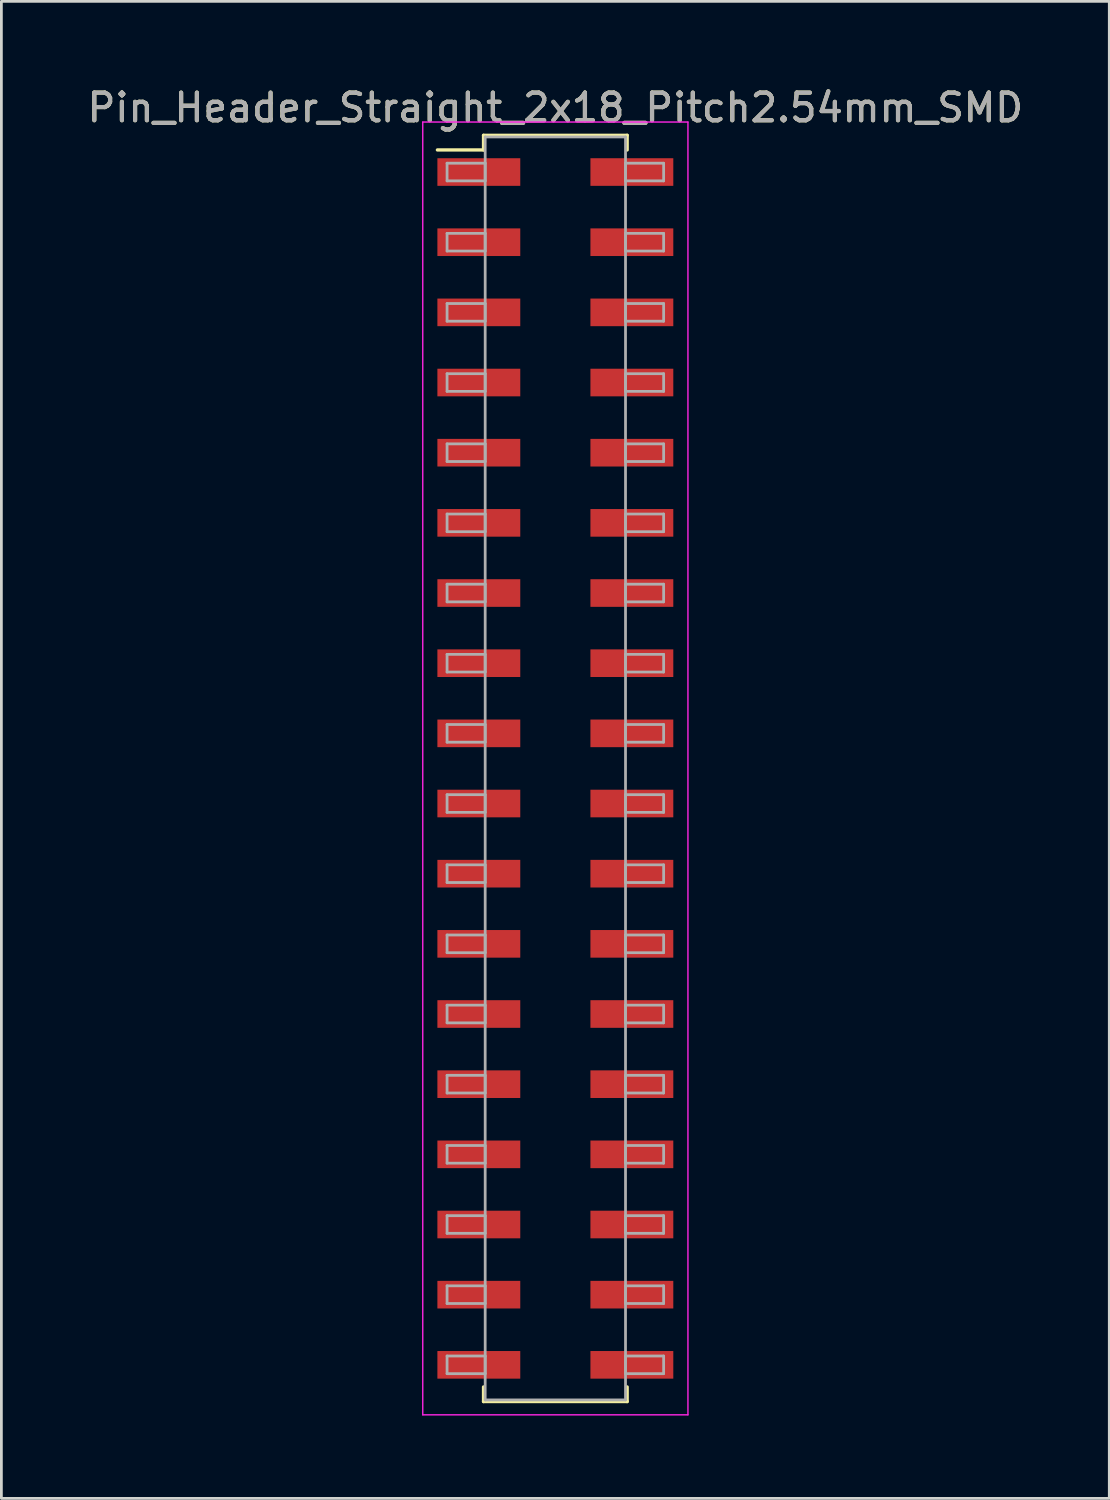
<source format=kicad_pcb>
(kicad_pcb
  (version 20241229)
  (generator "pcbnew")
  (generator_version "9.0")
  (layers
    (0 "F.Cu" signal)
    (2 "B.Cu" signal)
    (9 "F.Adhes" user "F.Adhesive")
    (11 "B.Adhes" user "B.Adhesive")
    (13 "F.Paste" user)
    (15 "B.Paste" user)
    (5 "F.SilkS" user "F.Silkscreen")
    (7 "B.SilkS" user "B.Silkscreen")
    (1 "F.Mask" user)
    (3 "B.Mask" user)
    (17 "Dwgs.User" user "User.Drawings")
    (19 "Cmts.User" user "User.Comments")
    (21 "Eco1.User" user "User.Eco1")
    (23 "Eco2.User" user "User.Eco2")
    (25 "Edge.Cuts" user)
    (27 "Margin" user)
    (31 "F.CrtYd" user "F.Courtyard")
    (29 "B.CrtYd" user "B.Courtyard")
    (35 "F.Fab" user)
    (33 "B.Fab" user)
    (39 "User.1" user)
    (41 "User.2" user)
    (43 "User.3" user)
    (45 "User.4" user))
  (footprint "Pin_Header_Straight_2x18_Pitch2.54mm_SMD"
    (layer "F.Cu")
    (at 17.054 24.768)
    (property "Reference" "Pin_Header_Straight_2x18_Pitch2.54mm_SMD" (at 0 -23.92 0) (layer "F.SilkS") (effects (font (size 1 1) (thickness 0.15))))
    (attr smd)
    (fp_line (start -4.27 -22.39) (end -2.6 -22.39) (stroke (width 0.12) (type solid)) (layer "F.SilkS"))
    (fp_line (start -2.6 -22.92) (end 2.6 -22.92) (stroke (width 0.12) (type solid)) (layer "F.SilkS"))
    (fp_line (start -2.6 -22.39) (end -2.6 -22.92) (stroke (width 0.12) (type solid)) (layer "F.SilkS"))
    (fp_line (start -2.6 22.39) (end -2.6 22.92) (stroke (width 0.12) (type solid)) (layer "F.SilkS"))
    (fp_line (start -2.6 22.92) (end 2.6 22.92) (stroke (width 0.12) (type solid)) (layer "F.SilkS"))
    (fp_line (start 2.6 -22.92) (end 2.6 -22.39) (stroke (width 0.12) (type solid)) (layer "F.SilkS"))
    (fp_line (start 2.6 22.92) (end 2.6 22.39) (stroke (width 0.12) (type solid)) (layer "F.SilkS"))
    (fp_line (start -4.8 -23.4) (end -4.8 23.4) (stroke (width 0.05) (type solid)) (layer "F.CrtYd"))
    (fp_line (start -4.8 23.4) (end 4.8 23.4) (stroke (width 0.05) (type solid)) (layer "F.CrtYd"))
    (fp_line (start 4.8 -23.4) (end -4.8 -23.4) (stroke (width 0.05) (type solid)) (layer "F.CrtYd"))
    (fp_line (start 4.8 23.4) (end 4.8 -23.4) (stroke (width 0.05) (type solid)) (layer "F.CrtYd"))
    (fp_line (start -3.92 -21.91) (end -2.54 -21.91) (stroke (width 0.1) (type solid)) (layer "F.Fab"))
    (fp_line (start -3.92 -21.27) (end -3.92 -21.91) (stroke (width 0.1) (type solid)) (layer "F.Fab"))
    (fp_line (start -3.92 -19.37) (end -2.54 -19.37) (stroke (width 0.1) (type solid)) (layer "F.Fab"))
    (fp_line (start -3.92 -18.73) (end -3.92 -19.37) (stroke (width 0.1) (type solid)) (layer "F.Fab"))
    (fp_line (start -3.92 -16.83) (end -2.54 -16.83) (stroke (width 0.1) (type solid)) (layer "F.Fab"))
    (fp_line (start -3.92 -16.19) (end -3.92 -16.83) (stroke (width 0.1) (type solid)) (layer "F.Fab"))
    (fp_line (start -3.92 -14.29) (end -2.54 -14.29) (stroke (width 0.1) (type solid)) (layer "F.Fab"))
    (fp_line (start -3.92 -13.65) (end -3.92 -14.29) (stroke (width 0.1) (type solid)) (layer "F.Fab"))
    (fp_line (start -3.92 -11.75) (end -2.54 -11.75) (stroke (width 0.1) (type solid)) (layer "F.Fab"))
    (fp_line (start -3.92 -11.11) (end -3.92 -11.75) (stroke (width 0.1) (type solid)) (layer "F.Fab"))
    (fp_line (start -3.92 -9.21) (end -2.54 -9.21) (stroke (width 0.1) (type solid)) (layer "F.Fab"))
    (fp_line (start -3.92 -8.57) (end -3.92 -9.21) (stroke (width 0.1) (type solid)) (layer "F.Fab"))
    (fp_line (start -3.92 -6.67) (end -2.54 -6.67) (stroke (width 0.1) (type solid)) (layer "F.Fab"))
    (fp_line (start -3.92 -6.03) (end -3.92 -6.67) (stroke (width 0.1) (type solid)) (layer "F.Fab"))
    (fp_line (start -3.92 -4.13) (end -2.54 -4.13) (stroke (width 0.1) (type solid)) (layer "F.Fab"))
    (fp_line (start -3.92 -3.49) (end -3.92 -4.13) (stroke (width 0.1) (type solid)) (layer "F.Fab"))
    (fp_line (start -3.92 -1.59) (end -2.54 -1.59) (stroke (width 0.1) (type solid)) (layer "F.Fab"))
    (fp_line (start -3.92 -0.95) (end -3.92 -1.59) (stroke (width 0.1) (type solid)) (layer "F.Fab"))
    (fp_line (start -3.92 0.95) (end -2.54 0.95) (stroke (width 0.1) (type solid)) (layer "F.Fab"))
    (fp_line (start -3.92 1.59) (end -3.92 0.95) (stroke (width 0.1) (type solid)) (layer "F.Fab"))
    (fp_line (start -3.92 3.49) (end -2.54 3.49) (stroke (width 0.1) (type solid)) (layer "F.Fab"))
    (fp_line (start -3.92 4.13) (end -3.92 3.49) (stroke (width 0.1) (type solid)) (layer "F.Fab"))
    (fp_line (start -3.92 6.03) (end -2.54 6.03) (stroke (width 0.1) (type solid)) (layer "F.Fab"))
    (fp_line (start -3.92 6.67) (end -3.92 6.03) (stroke (width 0.1) (type solid)) (layer "F.Fab"))
    (fp_line (start -3.92 8.57) (end -2.54 8.57) (stroke (width 0.1) (type solid)) (layer "F.Fab"))
    (fp_line (start -3.92 9.21) (end -3.92 8.57) (stroke (width 0.1) (type solid)) (layer "F.Fab"))
    (fp_line (start -3.92 11.11) (end -2.54 11.11) (stroke (width 0.1) (type solid)) (layer "F.Fab"))
    (fp_line (start -3.92 11.75) (end -3.92 11.11) (stroke (width 0.1) (type solid)) (layer "F.Fab"))
    (fp_line (start -3.92 13.65) (end -2.54 13.65) (stroke (width 0.1) (type solid)) (layer "F.Fab"))
    (fp_line (start -3.92 14.29) (end -3.92 13.65) (stroke (width 0.1) (type solid)) (layer "F.Fab"))
    (fp_line (start -3.92 16.19) (end -2.54 16.19) (stroke (width 0.1) (type solid)) (layer "F.Fab"))
    (fp_line (start -3.92 16.83) (end -3.92 16.19) (stroke (width 0.1) (type solid)) (layer "F.Fab"))
    (fp_line (start -3.92 18.73) (end -2.54 18.73) (stroke (width 0.1) (type solid)) (layer "F.Fab"))
    (fp_line (start -3.92 19.37) (end -3.92 18.73) (stroke (width 0.1) (type solid)) (layer "F.Fab"))
    (fp_line (start -3.92 21.27) (end -2.54 21.27) (stroke (width 0.1) (type solid)) (layer "F.Fab"))
    (fp_line (start -3.92 21.91) (end -3.92 21.27) (stroke (width 0.1) (type solid)) (layer "F.Fab"))
    (fp_line (start -2.54 -22.86) (end -2.54 22.86) (stroke (width 0.1) (type solid)) (layer "F.Fab"))
    (fp_line (start -2.54 -21.91) (end -2.54 -21.27) (stroke (width 0.1) (type solid)) (layer "F.Fab"))
    (fp_line (start -2.54 -21.27) (end -3.92 -21.27) (stroke (width 0.1) (type solid)) (layer "F.Fab"))
    (fp_line (start -2.54 -19.37) (end -2.54 -18.73) (stroke (width 0.1) (type solid)) (layer "F.Fab"))
    (fp_line (start -2.54 -18.73) (end -3.92 -18.73) (stroke (width 0.1) (type solid)) (layer "F.Fab"))
    (fp_line (start -2.54 -16.83) (end -2.54 -16.19) (stroke (width 0.1) (type solid)) (layer "F.Fab"))
    (fp_line (start -2.54 -16.19) (end -3.92 -16.19) (stroke (width 0.1) (type solid)) (layer "F.Fab"))
    (fp_line (start -2.54 -14.29) (end -2.54 -13.65) (stroke (width 0.1) (type solid)) (layer "F.Fab"))
    (fp_line (start -2.54 -13.65) (end -3.92 -13.65) (stroke (width 0.1) (type solid)) (layer "F.Fab"))
    (fp_line (start -2.54 -11.75) (end -2.54 -11.11) (stroke (width 0.1) (type solid)) (layer "F.Fab"))
    (fp_line (start -2.54 -11.11) (end -3.92 -11.11) (stroke (width 0.1) (type solid)) (layer "F.Fab"))
    (fp_line (start -2.54 -9.21) (end -2.54 -8.57) (stroke (width 0.1) (type solid)) (layer "F.Fab"))
    (fp_line (start -2.54 -8.57) (end -3.92 -8.57) (stroke (width 0.1) (type solid)) (layer "F.Fab"))
    (fp_line (start -2.54 -6.67) (end -2.54 -6.03) (stroke (width 0.1) (type solid)) (layer "F.Fab"))
    (fp_line (start -2.54 -6.03) (end -3.92 -6.03) (stroke (width 0.1) (type solid)) (layer "F.Fab"))
    (fp_line (start -2.54 -4.13) (end -2.54 -3.49) (stroke (width 0.1) (type solid)) (layer "F.Fab"))
    (fp_line (start -2.54 -3.49) (end -3.92 -3.49) (stroke (width 0.1) (type solid)) (layer "F.Fab"))
    (fp_line (start -2.54 -1.59) (end -2.54 -0.95) (stroke (width 0.1) (type solid)) (layer "F.Fab"))
    (fp_line (start -2.54 -0.95) (end -3.92 -0.95) (stroke (width 0.1) (type solid)) (layer "F.Fab"))
    (fp_line (start -2.54 0.95) (end -2.54 1.59) (stroke (width 0.1) (type solid)) (layer "F.Fab"))
    (fp_line (start -2.54 1.59) (end -3.92 1.59) (stroke (width 0.1) (type solid)) (layer "F.Fab"))
    (fp_line (start -2.54 3.49) (end -2.54 4.13) (stroke (width 0.1) (type solid)) (layer "F.Fab"))
    (fp_line (start -2.54 4.13) (end -3.92 4.13) (stroke (width 0.1) (type solid)) (layer "F.Fab"))
    (fp_line (start -2.54 6.03) (end -2.54 6.67) (stroke (width 0.1) (type solid)) (layer "F.Fab"))
    (fp_line (start -2.54 6.67) (end -3.92 6.67) (stroke (width 0.1) (type solid)) (layer "F.Fab"))
    (fp_line (start -2.54 8.57) (end -2.54 9.21) (stroke (width 0.1) (type solid)) (layer "F.Fab"))
    (fp_line (start -2.54 9.21) (end -3.92 9.21) (stroke (width 0.1) (type solid)) (layer "F.Fab"))
    (fp_line (start -2.54 11.11) (end -2.54 11.75) (stroke (width 0.1) (type solid)) (layer "F.Fab"))
    (fp_line (start -2.54 11.75) (end -3.92 11.75) (stroke (width 0.1) (type solid)) (layer "F.Fab"))
    (fp_line (start -2.54 13.65) (end -2.54 14.29) (stroke (width 0.1) (type solid)) (layer "F.Fab"))
    (fp_line (start -2.54 14.29) (end -3.92 14.29) (stroke (width 0.1) (type solid)) (layer "F.Fab"))
    (fp_line (start -2.54 16.19) (end -2.54 16.83) (stroke (width 0.1) (type solid)) (layer "F.Fab"))
    (fp_line (start -2.54 16.83) (end -3.92 16.83) (stroke (width 0.1) (type solid)) (layer "F.Fab"))
    (fp_line (start -2.54 18.73) (end -2.54 19.37) (stroke (width 0.1) (type solid)) (layer "F.Fab"))
    (fp_line (start -2.54 19.37) (end -3.92 19.37) (stroke (width 0.1) (type solid)) (layer "F.Fab"))
    (fp_line (start -2.54 21.27) (end -2.54 21.91) (stroke (width 0.1) (type solid)) (layer "F.Fab"))
    (fp_line (start -2.54 21.91) (end -3.92 21.91) (stroke (width 0.1) (type solid)) (layer "F.Fab"))
    (fp_line (start -2.54 22.86) (end 2.54 22.86) (stroke (width 0.1) (type solid)) (layer "F.Fab"))
    (fp_line (start 2.54 -22.86) (end -2.54 -22.86) (stroke (width 0.1) (type solid)) (layer "F.Fab"))
    (fp_line (start 2.54 -21.91) (end 2.54 -21.27) (stroke (width 0.1) (type solid)) (layer "F.Fab"))
    (fp_line (start 2.54 -21.27) (end 3.92 -21.27) (stroke (width 0.1) (type solid)) (layer "F.Fab"))
    (fp_line (start 2.54 -19.37) (end 2.54 -18.73) (stroke (width 0.1) (type solid)) (layer "F.Fab"))
    (fp_line (start 2.54 -18.73) (end 3.92 -18.73) (stroke (width 0.1) (type solid)) (layer "F.Fab"))
    (fp_line (start 2.54 -16.83) (end 2.54 -16.19) (stroke (width 0.1) (type solid)) (layer "F.Fab"))
    (fp_line (start 2.54 -16.19) (end 3.92 -16.19) (stroke (width 0.1) (type solid)) (layer "F.Fab"))
    (fp_line (start 2.54 -14.29) (end 2.54 -13.65) (stroke (width 0.1) (type solid)) (layer "F.Fab"))
    (fp_line (start 2.54 -13.65) (end 3.92 -13.65) (stroke (width 0.1) (type solid)) (layer "F.Fab"))
    (fp_line (start 2.54 -11.75) (end 2.54 -11.11) (stroke (width 0.1) (type solid)) (layer "F.Fab"))
    (fp_line (start 2.54 -11.11) (end 3.92 -11.11) (stroke (width 0.1) (type solid)) (layer "F.Fab"))
    (fp_line (start 2.54 -9.21) (end 2.54 -8.57) (stroke (width 0.1) (type solid)) (layer "F.Fab"))
    (fp_line (start 2.54 -8.57) (end 3.92 -8.57) (stroke (width 0.1) (type solid)) (layer "F.Fab"))
    (fp_line (start 2.54 -6.67) (end 2.54 -6.03) (stroke (width 0.1) (type solid)) (layer "F.Fab"))
    (fp_line (start 2.54 -6.03) (end 3.92 -6.03) (stroke (width 0.1) (type solid)) (layer "F.Fab"))
    (fp_line (start 2.54 -4.13) (end 2.54 -3.49) (stroke (width 0.1) (type solid)) (layer "F.Fab"))
    (fp_line (start 2.54 -3.49) (end 3.92 -3.49) (stroke (width 0.1) (type solid)) (layer "F.Fab"))
    (fp_line (start 2.54 -1.59) (end 2.54 -0.95) (stroke (width 0.1) (type solid)) (layer "F.Fab"))
    (fp_line (start 2.54 -0.95) (end 3.92 -0.95) (stroke (width 0.1) (type solid)) (layer "F.Fab"))
    (fp_line (start 2.54 0.95) (end 2.54 1.59) (stroke (width 0.1) (type solid)) (layer "F.Fab"))
    (fp_line (start 2.54 1.59) (end 3.92 1.59) (stroke (width 0.1) (type solid)) (layer "F.Fab"))
    (fp_line (start 2.54 3.49) (end 2.54 4.13) (stroke (width 0.1) (type solid)) (layer "F.Fab"))
    (fp_line (start 2.54 4.13) (end 3.92 4.13) (stroke (width 0.1) (type solid)) (layer "F.Fab"))
    (fp_line (start 2.54 6.03) (end 2.54 6.67) (stroke (width 0.1) (type solid)) (layer "F.Fab"))
    (fp_line (start 2.54 6.67) (end 3.92 6.67) (stroke (width 0.1) (type solid)) (layer "F.Fab"))
    (fp_line (start 2.54 8.57) (end 2.54 9.21) (stroke (width 0.1) (type solid)) (layer "F.Fab"))
    (fp_line (start 2.54 9.21) (end 3.92 9.21) (stroke (width 0.1) (type solid)) (layer "F.Fab"))
    (fp_line (start 2.54 11.11) (end 2.54 11.75) (stroke (width 0.1) (type solid)) (layer "F.Fab"))
    (fp_line (start 2.54 11.75) (end 3.92 11.75) (stroke (width 0.1) (type solid)) (layer "F.Fab"))
    (fp_line (start 2.54 13.65) (end 2.54 14.29) (stroke (width 0.1) (type solid)) (layer "F.Fab"))
    (fp_line (start 2.54 14.29) (end 3.92 14.29) (stroke (width 0.1) (type solid)) (layer "F.Fab"))
    (fp_line (start 2.54 16.19) (end 2.54 16.83) (stroke (width 0.1) (type solid)) (layer "F.Fab"))
    (fp_line (start 2.54 16.83) (end 3.92 16.83) (stroke (width 0.1) (type solid)) (layer "F.Fab"))
    (fp_line (start 2.54 18.73) (end 2.54 19.37) (stroke (width 0.1) (type solid)) (layer "F.Fab"))
    (fp_line (start 2.54 19.37) (end 3.92 19.37) (stroke (width 0.1) (type solid)) (layer "F.Fab"))
    (fp_line (start 2.54 21.27) (end 2.54 21.91) (stroke (width 0.1) (type solid)) (layer "F.Fab"))
    (fp_line (start 2.54 21.91) (end 3.92 21.91) (stroke (width 0.1) (type solid)) (layer "F.Fab"))
    (fp_line (start 2.54 22.86) (end 2.54 -22.86) (stroke (width 0.1) (type solid)) (layer "F.Fab"))
    (fp_line (start 3.92 -21.91) (end 2.54 -21.91) (stroke (width 0.1) (type solid)) (layer "F.Fab"))
    (fp_line (start 3.92 -21.27) (end 3.92 -21.91) (stroke (width 0.1) (type solid)) (layer "F.Fab"))
    (fp_line (start 3.92 -19.37) (end 2.54 -19.37) (stroke (width 0.1) (type solid)) (layer "F.Fab"))
    (fp_line (start 3.92 -18.73) (end 3.92 -19.37) (stroke (width 0.1) (type solid)) (layer "F.Fab"))
    (fp_line (start 3.92 -16.83) (end 2.54 -16.83) (stroke (width 0.1) (type solid)) (layer "F.Fab"))
    (fp_line (start 3.92 -16.19) (end 3.92 -16.83) (stroke (width 0.1) (type solid)) (layer "F.Fab"))
    (fp_line (start 3.92 -14.29) (end 2.54 -14.29) (stroke (width 0.1) (type solid)) (layer "F.Fab"))
    (fp_line (start 3.92 -13.65) (end 3.92 -14.29) (stroke (width 0.1) (type solid)) (layer "F.Fab"))
    (fp_line (start 3.92 -11.75) (end 2.54 -11.75) (stroke (width 0.1) (type solid)) (layer "F.Fab"))
    (fp_line (start 3.92 -11.11) (end 3.92 -11.75) (stroke (width 0.1) (type solid)) (layer "F.Fab"))
    (fp_line (start 3.92 -9.21) (end 2.54 -9.21) (stroke (width 0.1) (type solid)) (layer "F.Fab"))
    (fp_line (start 3.92 -8.57) (end 3.92 -9.21) (stroke (width 0.1) (type solid)) (layer "F.Fab"))
    (fp_line (start 3.92 -6.67) (end 2.54 -6.67) (stroke (width 0.1) (type solid)) (layer "F.Fab"))
    (fp_line (start 3.92 -6.03) (end 3.92 -6.67) (stroke (width 0.1) (type solid)) (layer "F.Fab"))
    (fp_line (start 3.92 -4.13) (end 2.54 -4.13) (stroke (width 0.1) (type solid)) (layer "F.Fab"))
    (fp_line (start 3.92 -3.49) (end 3.92 -4.13) (stroke (width 0.1) (type solid)) (layer "F.Fab"))
    (fp_line (start 3.92 -1.59) (end 2.54 -1.59) (stroke (width 0.1) (type solid)) (layer "F.Fab"))
    (fp_line (start 3.92 -0.95) (end 3.92 -1.59) (stroke (width 0.1) (type solid)) (layer "F.Fab"))
    (fp_line (start 3.92 0.95) (end 2.54 0.95) (stroke (width 0.1) (type solid)) (layer "F.Fab"))
    (fp_line (start 3.92 1.59) (end 3.92 0.95) (stroke (width 0.1) (type solid)) (layer "F.Fab"))
    (fp_line (start 3.92 3.49) (end 2.54 3.49) (stroke (width 0.1) (type solid)) (layer "F.Fab"))
    (fp_line (start 3.92 4.13) (end 3.92 3.49) (stroke (width 0.1) (type solid)) (layer "F.Fab"))
    (fp_line (start 3.92 6.03) (end 2.54 6.03) (stroke (width 0.1) (type solid)) (layer "F.Fab"))
    (fp_line (start 3.92 6.67) (end 3.92 6.03) (stroke (width 0.1) (type solid)) (layer "F.Fab"))
    (fp_line (start 3.92 8.57) (end 2.54 8.57) (stroke (width 0.1) (type solid)) (layer "F.Fab"))
    (fp_line (start 3.92 9.21) (end 3.92 8.57) (stroke (width 0.1) (type solid)) (layer "F.Fab"))
    (fp_line (start 3.92 11.11) (end 2.54 11.11) (stroke (width 0.1) (type solid)) (layer "F.Fab"))
    (fp_line (start 3.92 11.75) (end 3.92 11.11) (stroke (width 0.1) (type solid)) (layer "F.Fab"))
    (fp_line (start 3.92 13.65) (end 2.54 13.65) (stroke (width 0.1) (type solid)) (layer "F.Fab"))
    (fp_line (start 3.92 14.29) (end 3.92 13.65) (stroke (width 0.1) (type solid)) (layer "F.Fab"))
    (fp_line (start 3.92 16.19) (end 2.54 16.19) (stroke (width 0.1) (type solid)) (layer "F.Fab"))
    (fp_line (start 3.92 16.83) (end 3.92 16.19) (stroke (width 0.1) (type solid)) (layer "F.Fab"))
    (fp_line (start 3.92 18.73) (end 2.54 18.73) (stroke (width 0.1) (type solid)) (layer "F.Fab"))
    (fp_line (start 3.92 19.37) (end 3.92 18.73) (stroke (width 0.1) (type solid)) (layer "F.Fab"))
    (fp_line (start 3.92 21.27) (end 2.54 21.27) (stroke (width 0.1) (type solid)) (layer "F.Fab"))
    (fp_line (start 3.92 21.91) (end 3.92 21.27) (stroke (width 0.1) (type solid)) (layer "F.Fab"))
    (fp_text user "${REFERENCE}" (at 0 -23.92 0) (layer "F.Fab") (effects (font (size 1 1) (thickness 0.15))))
    (pad "1" smd rect (at -2.77 -21.59) (size 3 1) (layers "F.Cu" "F.Mask" "F.Paste"))
    (pad "2" smd rect (at 2.77 -21.59) (size 3 1) (layers "F.Cu" "F.Mask" "F.Paste"))
    (pad "3" smd rect (at -2.77 -19.05) (size 3 1) (layers "F.Cu" "F.Mask" "F.Paste"))
    (pad "4" smd rect (at 2.77 -19.05) (size 3 1) (layers "F.Cu" "F.Mask" "F.Paste"))
    (pad "5" smd rect (at -2.77 -16.51) (size 3 1) (layers "F.Cu" "F.Mask" "F.Paste"))
    (pad "6" smd rect (at 2.77 -16.51) (size 3 1) (layers "F.Cu" "F.Mask" "F.Paste"))
    (pad "7" smd rect (at -2.77 -13.97) (size 3 1) (layers "F.Cu" "F.Mask" "F.Paste"))
    (pad "8" smd rect (at 2.77 -13.97) (size 3 1) (layers "F.Cu" "F.Mask" "F.Paste"))
    (pad "9" smd rect (at -2.77 -11.43) (size 3 1) (layers "F.Cu" "F.Mask" "F.Paste"))
    (pad "10" smd rect (at 2.77 -11.43) (size 3 1) (layers "F.Cu" "F.Mask" "F.Paste"))
    (pad "11" smd rect (at -2.77 -8.89) (size 3 1) (layers "F.Cu" "F.Mask" "F.Paste"))
    (pad "12" smd rect (at 2.77 -8.89) (size 3 1) (layers "F.Cu" "F.Mask" "F.Paste"))
    (pad "13" smd rect (at -2.77 -6.35) (size 3 1) (layers "F.Cu" "F.Mask" "F.Paste"))
    (pad "14" smd rect (at 2.77 -6.35) (size 3 1) (layers "F.Cu" "F.Mask" "F.Paste"))
    (pad "15" smd rect (at -2.77 -3.81) (size 3 1) (layers "F.Cu" "F.Mask" "F.Paste"))
    (pad "16" smd rect (at 2.77 -3.81) (size 3 1) (layers "F.Cu" "F.Mask" "F.Paste"))
    (pad "17" smd rect (at -2.77 -1.27) (size 3 1) (layers "F.Cu" "F.Mask" "F.Paste"))
    (pad "18" smd rect (at 2.77 -1.27) (size 3 1) (layers "F.Cu" "F.Mask" "F.Paste"))
    (pad "19" smd rect (at -2.77 1.27) (size 3 1) (layers "F.Cu" "F.Mask" "F.Paste"))
    (pad "20" smd rect (at 2.77 1.27) (size 3 1) (layers "F.Cu" "F.Mask" "F.Paste"))
    (pad "21" smd rect (at -2.77 3.81) (size 3 1) (layers "F.Cu" "F.Mask" "F.Paste"))
    (pad "22" smd rect (at 2.77 3.81) (size 3 1) (layers "F.Cu" "F.Mask" "F.Paste"))
    (pad "23" smd rect (at -2.77 6.35) (size 3 1) (layers "F.Cu" "F.Mask" "F.Paste"))
    (pad "24" smd rect (at 2.77 6.35) (size 3 1) (layers "F.Cu" "F.Mask" "F.Paste"))
    (pad "25" smd rect (at -2.77 8.89) (size 3 1) (layers "F.Cu" "F.Mask" "F.Paste"))
    (pad "26" smd rect (at 2.77 8.89) (size 3 1) (layers "F.Cu" "F.Mask" "F.Paste"))
    (pad "27" smd rect (at -2.77 11.43) (size 3 1) (layers "F.Cu" "F.Mask" "F.Paste"))
    (pad "28" smd rect (at 2.77 11.43) (size 3 1) (layers "F.Cu" "F.Mask" "F.Paste"))
    (pad "29" smd rect (at -2.77 13.97) (size 3 1) (layers "F.Cu" "F.Mask" "F.Paste"))
    (pad "30" smd rect (at 2.77 13.97) (size 3 1) (layers "F.Cu" "F.Mask" "F.Paste"))
    (pad "31" smd rect (at -2.77 16.51) (size 3 1) (layers "F.Cu" "F.Mask" "F.Paste"))
    (pad "32" smd rect (at 2.77 16.51) (size 3 1) (layers "F.Cu" "F.Mask" "F.Paste"))
    (pad "33" smd rect (at -2.77 19.05) (size 3 1) (layers "F.Cu" "F.Mask" "F.Paste"))
    (pad "34" smd rect (at 2.77 19.05) (size 3 1) (layers "F.Cu" "F.Mask" "F.Paste"))
    (pad "35" smd rect (at -2.77 21.59) (size 3 1) (layers "F.Cu" "F.Mask" "F.Paste"))
    (pad "36" smd rect (at 2.77 21.59) (size 3 1) (layers "F.Cu" "F.Mask" "F.Paste")))
  (gr_rect
    (start -3 -3)
    (end 37.107 51.193)
    (stroke (width 0.1) (type default))
    (fill no)
    (layer "Edge.Cuts")))
</source>
